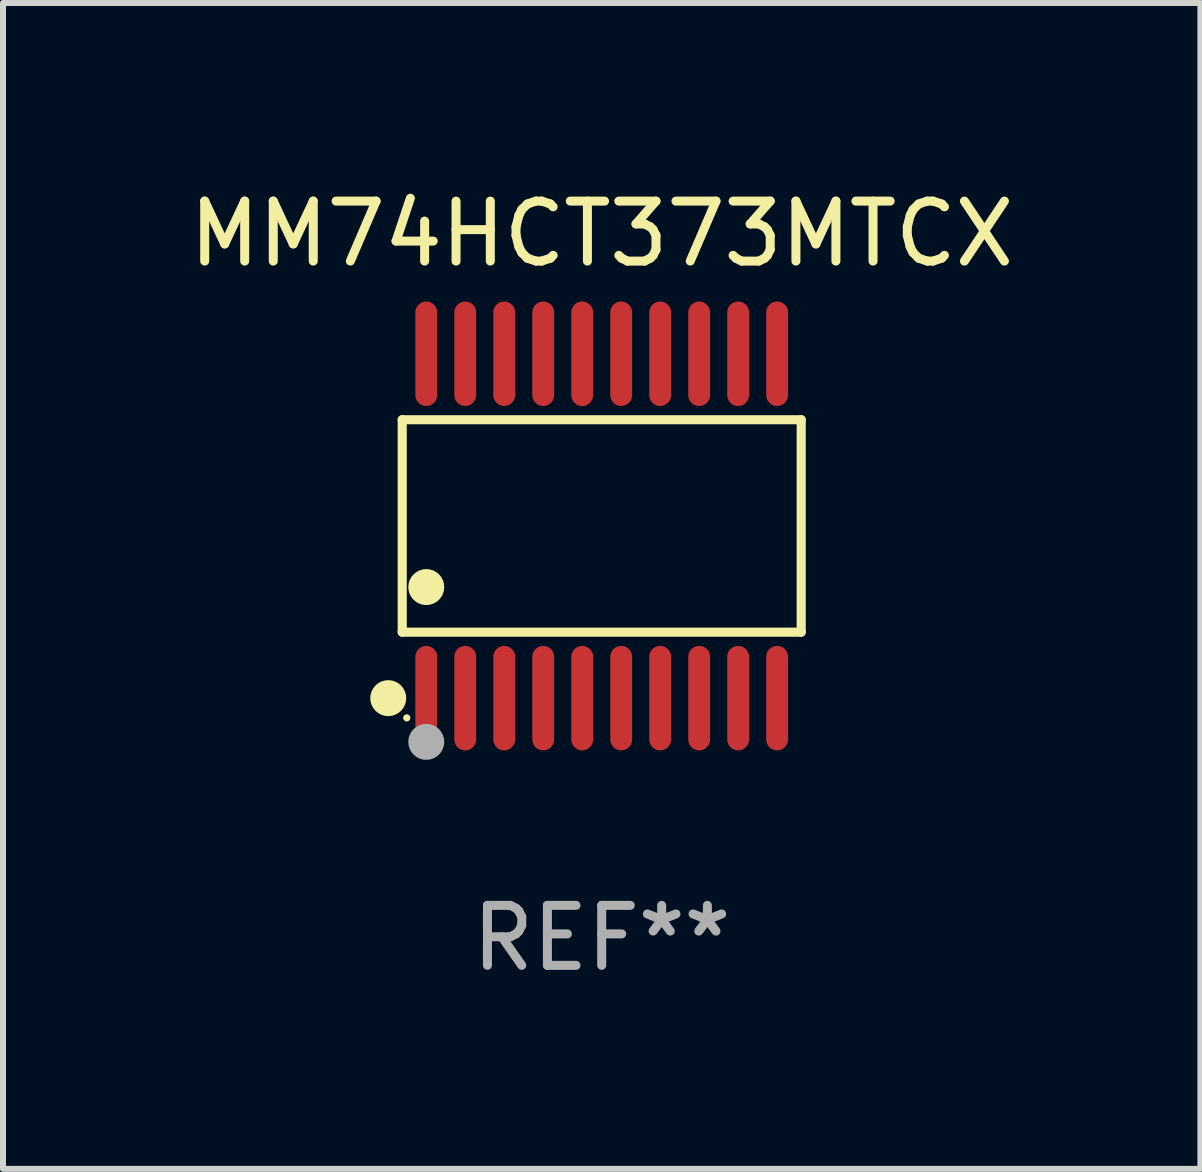
<source format=kicad_pcb>
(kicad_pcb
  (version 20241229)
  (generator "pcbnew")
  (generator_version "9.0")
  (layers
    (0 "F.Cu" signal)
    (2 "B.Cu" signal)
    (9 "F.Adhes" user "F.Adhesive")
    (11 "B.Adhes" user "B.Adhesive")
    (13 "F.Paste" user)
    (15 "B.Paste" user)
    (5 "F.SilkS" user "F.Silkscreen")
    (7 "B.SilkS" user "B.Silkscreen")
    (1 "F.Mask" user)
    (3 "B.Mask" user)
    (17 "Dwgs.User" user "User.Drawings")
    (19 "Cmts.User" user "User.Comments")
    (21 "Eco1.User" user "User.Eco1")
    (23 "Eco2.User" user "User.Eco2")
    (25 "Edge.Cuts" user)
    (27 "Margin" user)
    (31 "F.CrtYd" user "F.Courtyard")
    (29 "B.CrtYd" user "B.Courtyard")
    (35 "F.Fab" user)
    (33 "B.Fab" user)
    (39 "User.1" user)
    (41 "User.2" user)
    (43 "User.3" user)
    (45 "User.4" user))
  (footprint "MM74HCT373MTCX"
    (layer "F.Cu")
    (at 6.982 5.719)
    (property "Reference" "MM74HCT373MTCX" (at 0 -4.871 0) (layer "F.SilkS") (effects (font (size 1 1) (thickness 0.15))))
    (attr through_hole)
    (fp_line (start -3.326 -1.771) (end 3.326 -1.771) (stroke (width 0.152) (type solid)) (layer "F.SilkS"))
    (fp_line (start -3.326 1.771) (end -3.326 -1.771) (stroke (width 0.152) (type solid)) (layer "F.SilkS"))
    (fp_line (start 3.326 -1.771) (end 3.326 1.771) (stroke (width 0.152) (type solid)) (layer "F.SilkS"))
    (fp_line (start 3.326 1.771) (end -3.326 1.771) (stroke (width 0.152) (type solid)) (layer "F.SilkS"))
    (fp_circle (center -3.559 2.871) (end -3.409 2.871) (stroke (width 0.3) (type solid)) (fill no) (layer "F.SilkS"))
    (fp_circle (center -3.25 3.2) (end -3.22 3.2) (stroke (width 0.06) (type solid)) (fill no) (layer "F.SilkS"))
    (fp_circle (center -2.925 1.019) (end -2.775 1.019) (stroke (width 0.3) (type solid)) (fill no) (layer "F.SilkS"))
    (fp_circle (center -2.925 3.6) (end -2.775 3.6) (stroke (width 0.3) (type solid)) (fill no) (layer "F.Fab"))
    (fp_text user "REF**" (at 0 6.871 0) (layer "F.Fab") (effects (font (size 1 1) (thickness 0.15))))
    (pad "1" smd oval (at -2.925 2.871) (size 0.364 1.742) (layers "F.Cu" "F.Mask" "F.Paste"))
    (pad "2" smd oval (at -2.275 2.871) (size 0.364 1.742) (layers "F.Cu" "F.Mask" "F.Paste"))
    (pad "3" smd oval (at -1.625 2.871) (size 0.364 1.742) (layers "F.Cu" "F.Mask" "F.Paste"))
    (pad "4" smd oval (at -0.975 2.871) (size 0.364 1.742) (layers "F.Cu" "F.Mask" "F.Paste"))
    (pad "5" smd oval (at -0.325 2.871) (size 0.364 1.742) (layers "F.Cu" "F.Mask" "F.Paste"))
    (pad "6" smd oval (at 0.325 2.871) (size 0.364 1.742) (layers "F.Cu" "F.Mask" "F.Paste"))
    (pad "7" smd oval (at 0.975 2.871) (size 0.364 1.742) (layers "F.Cu" "F.Mask" "F.Paste"))
    (pad "8" smd oval (at 1.625 2.871) (size 0.364 1.742) (layers "F.Cu" "F.Mask" "F.Paste"))
    (pad "9" smd oval (at 2.275 2.871) (size 0.364 1.742) (layers "F.Cu" "F.Mask" "F.Paste"))
    (pad "10" smd oval (at 2.925 2.871) (size 0.364 1.742) (layers "F.Cu" "F.Mask" "F.Paste"))
    (pad "11" smd oval (at 2.925 -2.871) (size 0.364 1.742) (layers "F.Cu" "F.Mask" "F.Paste"))
    (pad "12" smd oval (at 2.275 -2.871) (size 0.364 1.742) (layers "F.Cu" "F.Mask" "F.Paste"))
    (pad "13" smd oval (at 1.625 -2.871) (size 0.364 1.742) (layers "F.Cu" "F.Mask" "F.Paste"))
    (pad "14" smd oval (at 0.975 -2.871) (size 0.364 1.742) (layers "F.Cu" "F.Mask" "F.Paste"))
    (pad "15" smd oval (at 0.325 -2.871) (size 0.364 1.742) (layers "F.Cu" "F.Mask" "F.Paste"))
    (pad "16" smd oval (at -0.325 -2.871) (size 0.364 1.742) (layers "F.Cu" "F.Mask" "F.Paste"))
    (pad "17" smd oval (at -0.975 -2.871) (size 0.364 1.742) (layers "F.Cu" "F.Mask" "F.Paste"))
    (pad "18" smd oval (at -1.625 -2.871) (size 0.364 1.742) (layers "F.Cu" "F.Mask" "F.Paste"))
    (pad "19" smd oval (at -2.275 -2.871) (size 0.364 1.742) (layers "F.Cu" "F.Mask" "F.Paste"))
    (pad "20" smd oval (at -2.925 -2.871) (size 0.364 1.742) (layers "F.Cu" "F.Mask" "F.Paste")))
  (gr_rect
    (start -3 -3)
    (end 16.964 16.438)
    (stroke (width 0.1) (type default))
    (fill no)
    (layer "Edge.Cuts")))
</source>
